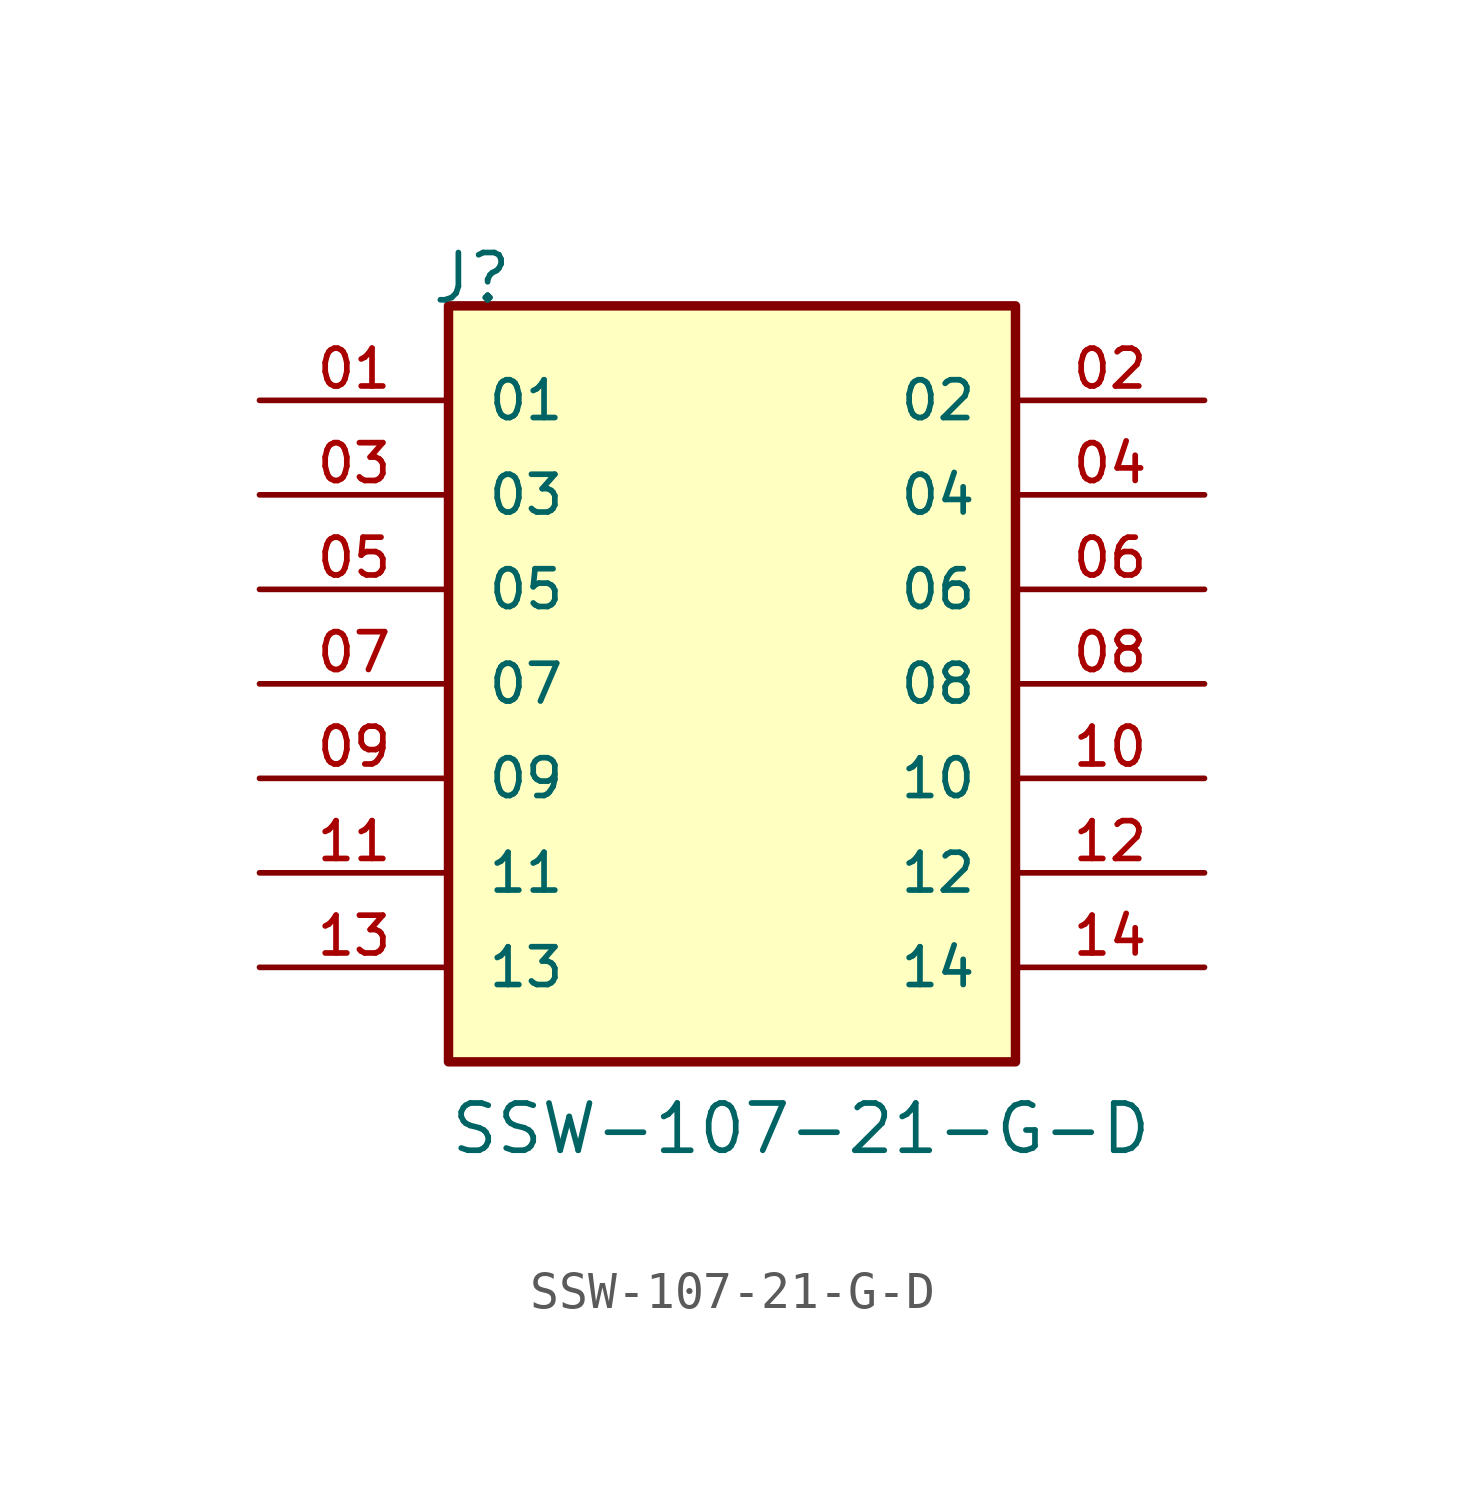
<source format=kicad_sym>
(kicad_symbol_lib
  (version 20211014)
  (generator kicad_symbol_editor)
  (symbol "SSW-107-21-G-D"
    (pin_names
      (offset 1.016))
    (property "Reference" "J"
      (at -8.12 10.16 0)
      (effects (font (size 1.27 1.27)) (justify bottom left)))
    (property "Value" "SSW-107-21-G-D"
      (at -7.62 -12.7 0)
      (effects (font (size 1.27 1.27)) (justify bottom left)))
    (symbol "SSW-107-21-G-D_0_0"
      (rectangle (start -7.62 -10.16) (end 7.62 10.16) (stroke (width 0.254)) (fill (type background)))
      (pin passive line (at -12.7 7.62 0) (length 5.08) (name "01" (effects (font (size 1.016 1.016)))) (number "01" (effects (font (size 1.016 1.016)))))
      (pin passive line (at 12.7 7.62 180.0) (length 5.08) (name "02" (effects (font (size 1.016 1.016)))) (number "02" (effects (font (size 1.016 1.016)))))
      (pin passive line (at -12.7 5.08 0) (length 5.08) (name "03" (effects (font (size 1.016 1.016)))) (number "03" (effects (font (size 1.016 1.016)))))
      (pin passive line (at 12.7 5.08 180.0) (length 5.08) (name "04" (effects (font (size 1.016 1.016)))) (number "04" (effects (font (size 1.016 1.016)))))
      (pin passive line (at -12.7 2.54 0) (length 5.08) (name "05" (effects (font (size 1.016 1.016)))) (number "05" (effects (font (size 1.016 1.016)))))
      (pin passive line (at 12.7 2.54 180.0) (length 5.08) (name "06" (effects (font (size 1.016 1.016)))) (number "06" (effects (font (size 1.016 1.016)))))
      (pin passive line (at -12.7 0.0 0) (length 5.08) (name "07" (effects (font (size 1.016 1.016)))) (number "07" (effects (font (size 1.016 1.016)))))
      (pin passive line (at 12.7 0.0 180.0) (length 5.08) (name "08" (effects (font (size 1.016 1.016)))) (number "08" (effects (font (size 1.016 1.016)))))
      (pin passive line (at -12.7 -2.54 0) (length 5.08) (name "09" (effects (font (size 1.016 1.016)))) (number "09" (effects (font (size 1.016 1.016)))))
      (pin passive line (at 12.7 -2.54 180.0) (length 5.08) (name "10" (effects (font (size 1.016 1.016)))) (number "10" (effects (font (size 1.016 1.016)))))
      (pin passive line (at -12.7 -5.08 0) (length 5.08) (name "11" (effects (font (size 1.016 1.016)))) (number "11" (effects (font (size 1.016 1.016)))))
      (pin passive line (at 12.7 -5.08 180.0) (length 5.08) (name "12" (effects (font (size 1.016 1.016)))) (number "12" (effects (font (size 1.016 1.016)))))
      (pin passive line (at -12.7 -7.62 0) (length 5.08) (name "13" (effects (font (size 1.016 1.016)))) (number "13" (effects (font (size 1.016 1.016)))))
      (pin passive line (at 12.7 -7.62 180.0) (length 5.08) (name "14" (effects (font (size 1.016 1.016)))) (number "14" (effects (font (size 1.016 1.016))))))))
</source>
